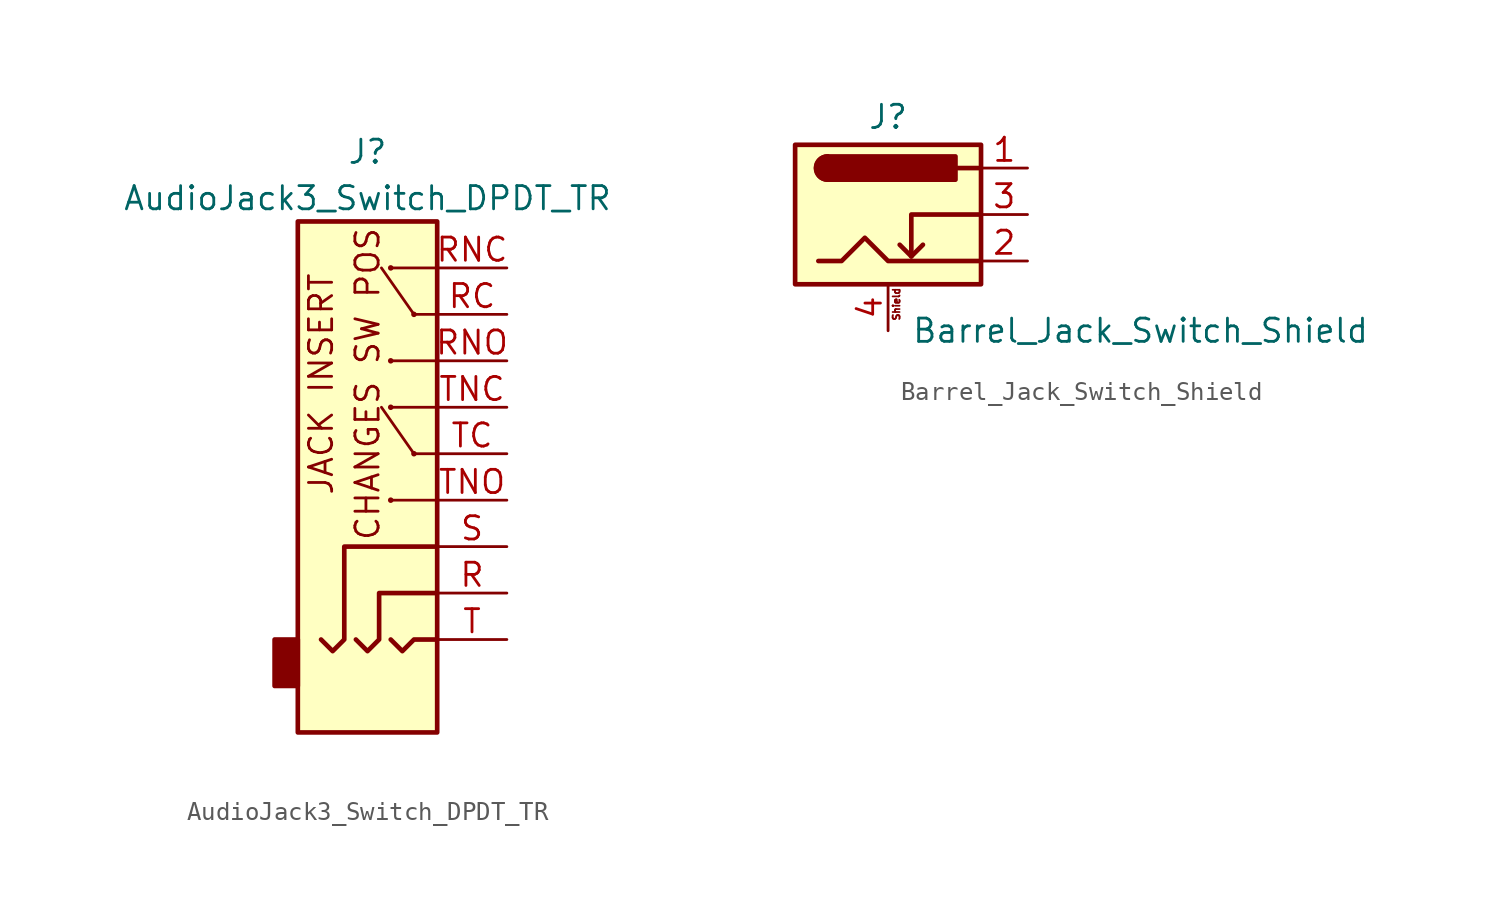
<source format=kicad_sym>
(kicad_symbol_lib
  (version 20241209)
  (generator "kicad_symbol_editor")
  (generator_version "9.0")
  (symbol "AudioJack3_Switch_DPDT_TR"
    (property "Reference" "J"
      (at -1.27 21.59 0)
      (effects (font (size 1.27 1.27))))
    (property "Value" "AudioJack3_Switch_DPDT_TR"
      (at -1.27 19.05 0)
      (effects (font (size 1.27 1.27))))
    (symbol "AudioJack3_Switch_DPDT_TR_0_0"
      (text "JACK INSERT" (at -3.81 8.89 900) (effects (font (size 1.27 1.27))))
      (text "CHANGES SW POS" (at -1.27 8.89 900) (effects (font (size 1.27 1.27)))))
    (symbol "AudioJack3_Switch_DPDT_TR_0_1"
      (rectangle (start -5.08 -5.08) (end -6.35 -7.62) (stroke (width 0.254) (type solid)) (fill (type outline)))
      (circle (center 0 15.24) (radius 0.076) (stroke (width 0) (type solid)) (fill (type outline)))
      (polyline (pts (xy 1.27 12.7) (xy -0.508 15.24)) (stroke (width 0) (type solid)) (fill (type none)))
      (polyline (pts (xy 1.27 5.08) (xy -0.508 7.62)) (stroke (width 0) (type solid)) (fill (type none)))
      (rectangle (start 2.54 17.78) (end -5.08 -10.16) (stroke (width 0.254) (type solid)) (fill (type background)))
      (polyline (pts (xy 2.54 15.24) (xy 0 15.24)) (stroke (width 0) (type solid)) (fill (type none)))
      (polyline (pts (xy 2.54 12.7) (xy 1.27 12.7)) (stroke (width 0) (type solid)) (fill (type none)))
      (polyline (pts (xy 2.54 10.16) (xy 0 10.16)) (stroke (width 0) (type solid)) (fill (type none)))
      (polyline (pts (xy 2.54 7.62) (xy 0 7.62)) (stroke (width 0) (type solid)) (fill (type none)))
      (polyline (pts (xy 2.54 5.08) (xy 1.27 5.08)) (stroke (width 0) (type solid)) (fill (type none)))
      (polyline (pts (xy 2.54 2.54) (xy 0 2.54)) (stroke (width 0) (type solid)) (fill (type none))))
    (symbol "AudioJack3_Switch_DPDT_TR_1_1"
      (polyline (pts (xy -1.905 -5.08) (xy -1.27 -5.715) (xy -0.635 -5.08) (xy -0.635 -2.54) (xy 2.54 -2.54)) (stroke (width 0.254) (type solid)) (fill (type none)))
      (circle (center 0 10.16) (radius 0.076) (stroke (width 0) (type solid)) (fill (type outline)))
      (circle (center 0 7.62) (radius 0.076) (stroke (width 0) (type solid)) (fill (type outline)))
      (circle (center 0 2.54) (radius 0.076) (stroke (width 0) (type solid)) (fill (type outline)))
      (polyline (pts (xy 0 -5.08) (xy 0.635 -5.715) (xy 1.27 -5.08) (xy 2.54 -5.08)) (stroke (width 0.254) (type solid)) (fill (type none)))
      (circle (center 1.27 12.7) (radius 0.076) (stroke (width 0) (type solid)) (fill (type outline)))
      (circle (center 1.27 5.08) (radius 0.076) (stroke (width 0) (type solid)) (fill (type outline)))
      (polyline (pts (xy 2.54 0) (xy -2.54 0) (xy -2.54 -5.08) (xy -3.175 -5.715) (xy -3.81 -5.08)) (stroke (width 0.254) (type solid)) (fill (type none)))
      (pin passive line (at 6.35 15.24 180) (length 3.81) (name "~" (effects (font (size 1.27 1.27)))) (number "RNC" (effects (font (size 1.27 1.27)))))
      (pin passive line (at 6.35 12.7 180) (length 3.81) (name "~" (effects (font (size 1.27 1.27)))) (number "RC" (effects (font (size 1.27 1.27)))))
      (pin passive line (at 6.35 10.16 180) (length 3.81) (name "~" (effects (font (size 1.27 1.27)))) (number "RNO" (effects (font (size 1.27 1.27)))))
      (pin passive line (at 6.35 7.62 180) (length 3.81) (name "~" (effects (font (size 1.27 1.27)))) (number "TNC" (effects (font (size 1.27 1.27)))))
      (pin passive line (at 6.35 5.08 180) (length 3.81) (name "~" (effects (font (size 1.27 1.27)))) (number "TC" (effects (font (size 1.27 1.27)))))
      (pin passive line (at 6.35 2.54 180) (length 3.81) (name "~" (effects (font (size 1.27 1.27)))) (number "TNO" (effects (font (size 1.27 1.27)))))
      (pin passive line (at 6.35 0 180) (length 3.81) (name "~" (effects (font (size 1.27 1.27)))) (number "S" (effects (font (size 1.27 1.27)))))
      (pin passive line (at 6.35 -2.54 180) (length 3.81) (name "~" (effects (font (size 1.27 1.27)))) (number "R" (effects (font (size 1.27 1.27)))))
      (pin passive line (at 6.35 -5.08 180) (length 3.81) (name "~" (effects (font (size 1.27 1.27)))) (number "T" (effects (font (size 1.27 1.27)))))))
  (symbol "Barrel_Jack_Switch_Shield"
    (pin_names
      (hide yes))
    (property "Reference" "J"
      (at 0 5.334 0)
      (effects (font (size 1.27 1.27))))
    (property "Value" "Barrel_Jack_Switch_Shield"
      (at 1.27 -6.35 0)
      (effects (font (size 1.27 1.27)) (justify left)))
    (symbol "Barrel_Jack_Switch_Shield_0_1"
      (rectangle (start -5.08 3.81) (end 5.08 -3.81) (stroke (width 0.254) (type solid)) (fill (type background)))
      (polyline (pts (xy -3.81 -2.54) (xy -2.54 -2.54) (xy -1.27 -1.27) (xy 0 -2.54) (xy 2.54 -2.54) (xy 5.08 -2.54)) (stroke (width 0.254) (type solid)) (fill (type none)))
      (arc (start -3.302 1.905) (mid -3.937 2.54) (end -3.302 3.175) (stroke (width 0.254) (type solid)) (fill (type none)))
      (arc (start -3.302 1.905) (mid -3.937 2.54) (end -3.302 3.175) (stroke (width 0.254) (type solid)) (fill (type outline)))
      (polyline (pts (xy 1.27 -2.286) (xy 1.905 -1.651)) (stroke (width 0.254) (type solid)) (fill (type none)))
      (rectangle (start 3.683 3.175) (end -3.302 1.905) (stroke (width 0.254) (type solid)) (fill (type outline)))
      (polyline (pts (xy 5.08 2.54) (xy 3.81 2.54)) (stroke (width 0.254) (type solid)) (fill (type none)))
      (polyline (pts (xy 5.08 0) (xy 1.27 0) (xy 1.27 -2.286) (xy 0.635 -1.651)) (stroke (width 0.254) (type solid)) (fill (type none))))
    (symbol "Barrel_Jack_Switch_Shield_1_1"
      (text "Shield" (at 0.457 -4.902 900) (effects (font (size 0.381 0.381))))
      (pin passive line (at 0 -6.35 90) (length 2.54) (name "Shield" (effects (font (size 1.27 1.27)))) (number "4" (effects (font (size 1.27 1.27)))))
      (pin passive line (at 7.62 2.54 180) (length 2.54) (name "~" (effects (font (size 1.27 1.27)))) (number "1" (effects (font (size 1.27 1.27)))))
      (pin passive line (at 7.62 0 180) (length 2.54) (name "~" (effects (font (size 1.27 1.27)))) (number "3" (effects (font (size 1.27 1.27)))))
      (pin passive line (at 7.62 -2.54 180) (length 2.54) (name "~" (effects (font (size 1.27 1.27)))) (number "2" (effects (font (size 1.27 1.27))))))))
</source>
